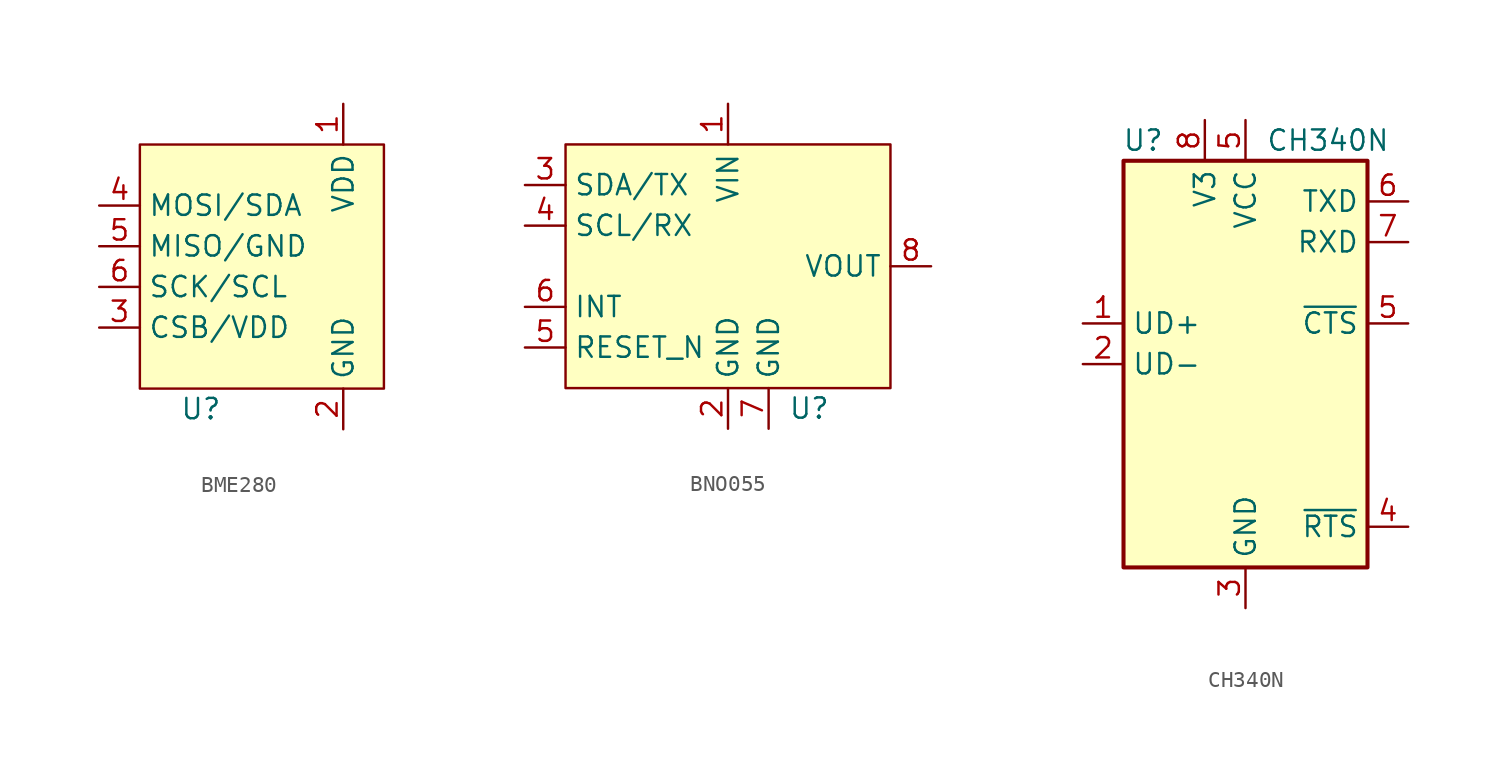
<source format=kicad_sym>
(kicad_symbol_lib
  (version 20220914)
  (generator kicad_symbol_editor)
  (symbol "BME280"
    (property "Reference" "U"
      (at -5.08 -8.89 0)
      (effects (font (size 1.27 1.27))))
    (property "Value" ""
      (at 3.81 -1.27 0)
      (effects (font (size 1.27 1.27))))
    (symbol "BME280_1_1"
      (rectangle (start -8.89 7.62) (end 6.35 -7.62) (stroke (width 0) (type default)) (fill (type background)))
      (pin power_in line (at 3.81 10.16 270) (length 2.54) (name "VDD" (effects (font (size 1.27 1.27)))) (number "1" (effects (font (size 1.27 1.27)))))
      (pin passive line (at 3.81 -10.16 90) (length 2.54) (name "GND" (effects (font (size 1.27 1.27)))) (number "2" (effects (font (size 1.27 1.27)))))
      (pin bidirectional line (at -11.43 -3.81 0) (length 2.54) (name "CSB/VDD" (effects (font (size 1.27 1.27)))) (number "3" (effects (font (size 1.27 1.27)))))
      (pin bidirectional line (at -11.43 3.81 0) (length 2.54) (name "MOSI/SDA" (effects (font (size 1.27 1.27)))) (number "4" (effects (font (size 1.27 1.27)))))
      (pin bidirectional line (at -11.43 1.27 0) (length 2.54) (name "MISO/GND" (effects (font (size 1.27 1.27)))) (number "5" (effects (font (size 1.27 1.27)))))
      (pin bidirectional line (at -11.43 -1.27 0) (length 2.54) (name "SCK/SCL" (effects (font (size 1.27 1.27)))) (number "6" (effects (font (size 1.27 1.27)))))))
  (symbol "BNO055"
    (property "Reference" "U"
      (at 6.35 -8.89 0)
      (effects (font (size 1.27 1.27))))
    (property "Value" ""
      (at 0 -3.81 0)
      (effects (font (size 1.27 1.27))))
    (symbol "BNO055_1_1"
      (rectangle (start -8.89 7.62) (end 11.43 -7.62) (stroke (width 0) (type default)) (fill (type background)))
      (pin power_in line (at 1.27 10.16 270) (length 2.54) (name "VIN" (effects (font (size 1.27 1.27)))) (number "1" (effects (font (size 1.27 1.27)))))
      (pin passive line (at 1.27 -10.16 90) (length 2.54) (name "GND" (effects (font (size 1.27 1.27)))) (number "2" (effects (font (size 1.27 1.27)))))
      (pin bidirectional line (at -11.43 5.08 0) (length 2.54) (name "SDA/TX" (effects (font (size 1.27 1.27)))) (number "3" (effects (font (size 1.27 1.27)))))
      (pin bidirectional line (at -11.43 2.54 0) (length 2.54) (name "SCL/RX" (effects (font (size 1.27 1.27)))) (number "4" (effects (font (size 1.27 1.27)))))
      (pin passive line (at -11.43 -5.08 0) (length 2.54) (name "RESET_N" (effects (font (size 1.27 1.27)))) (number "5" (effects (font (size 1.27 1.27)))))
      (pin output line (at -11.43 -2.54 0) (length 2.54) (name "INT" (effects (font (size 1.27 1.27)))) (number "6" (effects (font (size 1.27 1.27)))))
      (pin passive line (at 3.81 -10.16 90) (length 2.54) (name "GND" (effects (font (size 1.27 1.27)))) (number "7" (effects (font (size 1.27 1.27)))))
      (pin power_out line (at 13.97 0 180) (length 2.54) (name "VOUT" (effects (font (size 1.27 1.27)))) (number "8" (effects (font (size 1.27 1.27)))))))
  (symbol "CH340N"
    (property "Reference" "U"
      (at -5.08 13.97 0)
      (effects (font (size 1.27 1.27)) (justify right)))
    (property "Value" "CH340N"
      (at 1.27 13.97 0)
      (effects (font (size 1.27 1.27)) (justify left)))
    (symbol "CH340N_0_1"
      (rectangle (start -7.62 12.7) (end 7.62 -12.7) (stroke (width 0.254) (type default)) (fill (type background))))
    (symbol "CH340N_1_1"
      (pin bidirectional line (at -10.16 2.54 0) (length 2.54) (name "UD+" (effects (font (size 1.27 1.27)))) (number "1" (effects (font (size 1.27 1.27)))))
      (pin bidirectional line (at -10.16 0 0) (length 2.54) (name "UD-" (effects (font (size 1.27 1.27)))) (number "2" (effects (font (size 1.27 1.27)))))
      (pin power_in line (at 0 -15.24 90) (length 2.54) (name "GND" (effects (font (size 1.27 1.27)))) (number "3" (effects (font (size 1.27 1.27)))))
      (pin output line (at 10.16 -10.16 180) (length 2.54) (name "~{RTS}" (effects (font (size 1.27 1.27)))) (number "4" (effects (font (size 1.27 1.27)))))
      (pin power_in line (at 0 15.24 270) (length 2.54) (name "VCC" (effects (font (size 1.27 1.27)))) (number "5" (effects (font (size 1.27 1.27)))))
      (pin input line (at 10.16 2.54 180) (length 2.54) (name "~{CTS}" (effects (font (size 1.27 1.27)))) (number "5" (effects (font (size 1.27 1.27)))))
      (pin output line (at 10.16 10.16 180) (length 2.54) (name "TXD" (effects (font (size 1.27 1.27)))) (number "6" (effects (font (size 1.27 1.27)))))
      (pin input line (at 10.16 7.62 180) (length 2.54) (name "RXD" (effects (font (size 1.27 1.27)))) (number "7" (effects (font (size 1.27 1.27)))))
      (pin passive line (at -2.54 15.24 270) (length 2.54) (name "V3" (effects (font (size 1.27 1.27)))) (number "8" (effects (font (size 1.27 1.27))))))))
</source>
